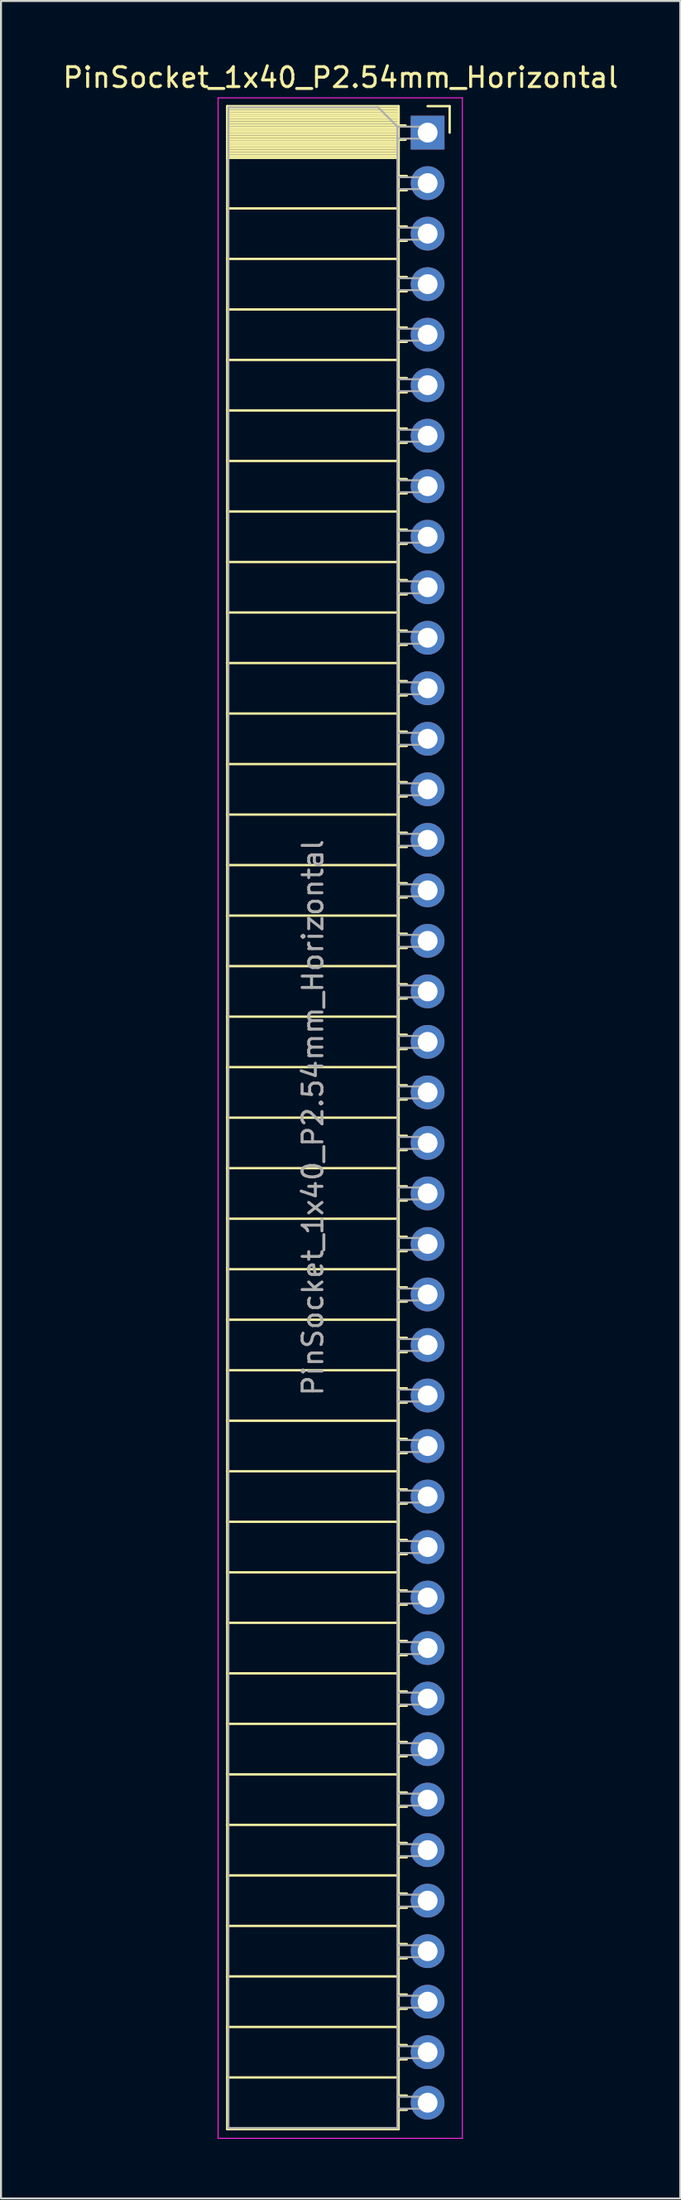
<source format=kicad_pcb>
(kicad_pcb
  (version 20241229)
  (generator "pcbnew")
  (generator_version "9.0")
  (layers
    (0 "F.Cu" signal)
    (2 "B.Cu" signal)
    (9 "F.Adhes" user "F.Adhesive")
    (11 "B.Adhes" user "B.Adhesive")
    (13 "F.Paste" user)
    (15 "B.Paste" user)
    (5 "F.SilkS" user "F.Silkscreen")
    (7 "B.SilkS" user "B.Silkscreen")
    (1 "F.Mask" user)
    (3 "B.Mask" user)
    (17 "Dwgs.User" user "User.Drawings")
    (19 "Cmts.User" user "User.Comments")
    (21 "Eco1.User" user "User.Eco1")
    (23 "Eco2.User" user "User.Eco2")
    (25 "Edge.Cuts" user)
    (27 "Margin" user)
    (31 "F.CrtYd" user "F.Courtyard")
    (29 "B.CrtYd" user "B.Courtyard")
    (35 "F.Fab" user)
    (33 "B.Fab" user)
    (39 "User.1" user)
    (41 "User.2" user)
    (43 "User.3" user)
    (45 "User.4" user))
  (footprint "PinSocket_1x40_P2.54mm_Horizontal"
    (layer "F.Cu")
    (at 18.481 3.618)
    (property "Reference" "PinSocket_1x40_P2.54mm_Horizontal" (at -4.38 -2.77 0) (layer "F.SilkS") (effects (font (size 1 1) (thickness 0.15))))
    (attr through_hole)
    (fp_line (start -10.09 -1.33) (end -10.09 100.39) (stroke (width 0.12) (type solid)) (layer "F.SilkS"))
    (fp_line (start -10.09 -1.33) (end -1.46 -1.33) (stroke (width 0.12) (type solid)) (layer "F.SilkS"))
    (fp_line (start -10.09 -1.21) (end -1.46 -1.21) (stroke (width 0.12) (type solid)) (layer "F.SilkS"))
    (fp_line (start -10.09 -1.092) (end -1.46 -1.092) (stroke (width 0.12) (type solid)) (layer "F.SilkS"))
    (fp_line (start -10.09 -0.974) (end -1.46 -0.974) (stroke (width 0.12) (type solid)) (layer "F.SilkS"))
    (fp_line (start -10.09 -0.856) (end -1.46 -0.856) (stroke (width 0.12) (type solid)) (layer "F.SilkS"))
    (fp_line (start -10.09 -0.738) (end -1.46 -0.738) (stroke (width 0.12) (type solid)) (layer "F.SilkS"))
    (fp_line (start -10.09 -0.62) (end -1.46 -0.62) (stroke (width 0.12) (type solid)) (layer "F.SilkS"))
    (fp_line (start -10.09 -0.501) (end -1.46 -0.501) (stroke (width 0.12) (type solid)) (layer "F.SilkS"))
    (fp_line (start -10.09 -0.383) (end -1.46 -0.383) (stroke (width 0.12) (type solid)) (layer "F.SilkS"))
    (fp_line (start -10.09 -0.265) (end -1.46 -0.265) (stroke (width 0.12) (type solid)) (layer "F.SilkS"))
    (fp_line (start -10.09 -0.147) (end -1.46 -0.147) (stroke (width 0.12) (type solid)) (layer "F.SilkS"))
    (fp_line (start -10.09 -0.029) (end -1.46 -0.029) (stroke (width 0.12) (type solid)) (layer "F.SilkS"))
    (fp_line (start -10.09 0.089) (end -1.46 0.089) (stroke (width 0.12) (type solid)) (layer "F.SilkS"))
    (fp_line (start -10.09 0.207) (end -1.46 0.207) (stroke (width 0.12) (type solid)) (layer "F.SilkS"))
    (fp_line (start -10.09 0.325) (end -1.46 0.325) (stroke (width 0.12) (type solid)) (layer "F.SilkS"))
    (fp_line (start -10.09 0.443) (end -1.46 0.443) (stroke (width 0.12) (type solid)) (layer "F.SilkS"))
    (fp_line (start -10.09 0.561) (end -1.46 0.561) (stroke (width 0.12) (type solid)) (layer "F.SilkS"))
    (fp_line (start -10.09 0.68) (end -1.46 0.68) (stroke (width 0.12) (type solid)) (layer "F.SilkS"))
    (fp_line (start -10.09 0.798) (end -1.46 0.798) (stroke (width 0.12) (type solid)) (layer "F.SilkS"))
    (fp_line (start -10.09 0.916) (end -1.46 0.916) (stroke (width 0.12) (type solid)) (layer "F.SilkS"))
    (fp_line (start -10.09 1.034) (end -1.46 1.034) (stroke (width 0.12) (type solid)) (layer "F.SilkS"))
    (fp_line (start -10.09 1.152) (end -1.46 1.152) (stroke (width 0.12) (type solid)) (layer "F.SilkS"))
    (fp_line (start -10.09 1.27) (end -1.46 1.27) (stroke (width 0.12) (type solid)) (layer "F.SilkS"))
    (fp_line (start -10.09 3.81) (end -1.46 3.81) (stroke (width 0.12) (type solid)) (layer "F.SilkS"))
    (fp_line (start -10.09 6.35) (end -1.46 6.35) (stroke (width 0.12) (type solid)) (layer "F.SilkS"))
    (fp_line (start -10.09 8.89) (end -1.46 8.89) (stroke (width 0.12) (type solid)) (layer "F.SilkS"))
    (fp_line (start -10.09 11.43) (end -1.46 11.43) (stroke (width 0.12) (type solid)) (layer "F.SilkS"))
    (fp_line (start -10.09 13.97) (end -1.46 13.97) (stroke (width 0.12) (type solid)) (layer "F.SilkS"))
    (fp_line (start -10.09 16.51) (end -1.46 16.51) (stroke (width 0.12) (type solid)) (layer "F.SilkS"))
    (fp_line (start -10.09 19.05) (end -1.46 19.05) (stroke (width 0.12) (type solid)) (layer "F.SilkS"))
    (fp_line (start -10.09 21.59) (end -1.46 21.59) (stroke (width 0.12) (type solid)) (layer "F.SilkS"))
    (fp_line (start -10.09 24.13) (end -1.46 24.13) (stroke (width 0.12) (type solid)) (layer "F.SilkS"))
    (fp_line (start -10.09 26.67) (end -1.46 26.67) (stroke (width 0.12) (type solid)) (layer "F.SilkS"))
    (fp_line (start -10.09 29.21) (end -1.46 29.21) (stroke (width 0.12) (type solid)) (layer "F.SilkS"))
    (fp_line (start -10.09 31.75) (end -1.46 31.75) (stroke (width 0.12) (type solid)) (layer "F.SilkS"))
    (fp_line (start -10.09 34.29) (end -1.46 34.29) (stroke (width 0.12) (type solid)) (layer "F.SilkS"))
    (fp_line (start -10.09 36.83) (end -1.46 36.83) (stroke (width 0.12) (type solid)) (layer "F.SilkS"))
    (fp_line (start -10.09 39.37) (end -1.46 39.37) (stroke (width 0.12) (type solid)) (layer "F.SilkS"))
    (fp_line (start -10.09 41.91) (end -1.46 41.91) (stroke (width 0.12) (type solid)) (layer "F.SilkS"))
    (fp_line (start -10.09 44.45) (end -1.46 44.45) (stroke (width 0.12) (type solid)) (layer "F.SilkS"))
    (fp_line (start -10.09 46.99) (end -1.46 46.99) (stroke (width 0.12) (type solid)) (layer "F.SilkS"))
    (fp_line (start -10.09 49.53) (end -1.46 49.53) (stroke (width 0.12) (type solid)) (layer "F.SilkS"))
    (fp_line (start -10.09 52.07) (end -1.46 52.07) (stroke (width 0.12) (type solid)) (layer "F.SilkS"))
    (fp_line (start -10.09 54.61) (end -1.46 54.61) (stroke (width 0.12) (type solid)) (layer "F.SilkS"))
    (fp_line (start -10.09 57.15) (end -1.46 57.15) (stroke (width 0.12) (type solid)) (layer "F.SilkS"))
    (fp_line (start -10.09 59.69) (end -1.46 59.69) (stroke (width 0.12) (type solid)) (layer "F.SilkS"))
    (fp_line (start -10.09 62.23) (end -1.46 62.23) (stroke (width 0.12) (type solid)) (layer "F.SilkS"))
    (fp_line (start -10.09 64.77) (end -1.46 64.77) (stroke (width 0.12) (type solid)) (layer "F.SilkS"))
    (fp_line (start -10.09 67.31) (end -1.46 67.31) (stroke (width 0.12) (type solid)) (layer "F.SilkS"))
    (fp_line (start -10.09 69.85) (end -1.46 69.85) (stroke (width 0.12) (type solid)) (layer "F.SilkS"))
    (fp_line (start -10.09 72.39) (end -1.46 72.39) (stroke (width 0.12) (type solid)) (layer "F.SilkS"))
    (fp_line (start -10.09 74.93) (end -1.46 74.93) (stroke (width 0.12) (type solid)) (layer "F.SilkS"))
    (fp_line (start -10.09 77.47) (end -1.46 77.47) (stroke (width 0.12) (type solid)) (layer "F.SilkS"))
    (fp_line (start -10.09 80.01) (end -1.46 80.01) (stroke (width 0.12) (type solid)) (layer "F.SilkS"))
    (fp_line (start -10.09 82.55) (end -1.46 82.55) (stroke (width 0.12) (type solid)) (layer "F.SilkS"))
    (fp_line (start -10.09 85.09) (end -1.46 85.09) (stroke (width 0.12) (type solid)) (layer "F.SilkS"))
    (fp_line (start -10.09 87.63) (end -1.46 87.63) (stroke (width 0.12) (type solid)) (layer "F.SilkS"))
    (fp_line (start -10.09 90.17) (end -1.46 90.17) (stroke (width 0.12) (type solid)) (layer "F.SilkS"))
    (fp_line (start -10.09 92.71) (end -1.46 92.71) (stroke (width 0.12) (type solid)) (layer "F.SilkS"))
    (fp_line (start -10.09 95.25) (end -1.46 95.25) (stroke (width 0.12) (type solid)) (layer "F.SilkS"))
    (fp_line (start -10.09 97.79) (end -1.46 97.79) (stroke (width 0.12) (type solid)) (layer "F.SilkS"))
    (fp_line (start -10.09 100.39) (end -1.46 100.39) (stroke (width 0.12) (type solid)) (layer "F.SilkS"))
    (fp_line (start -1.46 -1.33) (end -1.46 100.39) (stroke (width 0.12) (type solid)) (layer "F.SilkS"))
    (fp_line (start -1.46 -0.36) (end -1.11 -0.36) (stroke (width 0.12) (type solid)) (layer "F.SilkS"))
    (fp_line (start -1.46 0.36) (end -1.11 0.36) (stroke (width 0.12) (type solid)) (layer "F.SilkS"))
    (fp_line (start -1.46 2.18) (end -1.05 2.18) (stroke (width 0.12) (type solid)) (layer "F.SilkS"))
    (fp_line (start -1.46 2.9) (end -1.05 2.9) (stroke (width 0.12) (type solid)) (layer "F.SilkS"))
    (fp_line (start -1.46 4.72) (end -1.05 4.72) (stroke (width 0.12) (type solid)) (layer "F.SilkS"))
    (fp_line (start -1.46 5.44) (end -1.05 5.44) (stroke (width 0.12) (type solid)) (layer "F.SilkS"))
    (fp_line (start -1.46 7.26) (end -1.05 7.26) (stroke (width 0.12) (type solid)) (layer "F.SilkS"))
    (fp_line (start -1.46 7.98) (end -1.05 7.98) (stroke (width 0.12) (type solid)) (layer "F.SilkS"))
    (fp_line (start -1.46 9.8) (end -1.05 9.8) (stroke (width 0.12) (type solid)) (layer "F.SilkS"))
    (fp_line (start -1.46 10.52) (end -1.05 10.52) (stroke (width 0.12) (type solid)) (layer "F.SilkS"))
    (fp_line (start -1.46 12.34) (end -1.05 12.34) (stroke (width 0.12) (type solid)) (layer "F.SilkS"))
    (fp_line (start -1.46 13.06) (end -1.05 13.06) (stroke (width 0.12) (type solid)) (layer "F.SilkS"))
    (fp_line (start -1.46 14.88) (end -1.05 14.88) (stroke (width 0.12) (type solid)) (layer "F.SilkS"))
    (fp_line (start -1.46 15.6) (end -1.05 15.6) (stroke (width 0.12) (type solid)) (layer "F.SilkS"))
    (fp_line (start -1.46 17.42) (end -1.05 17.42) (stroke (width 0.12) (type solid)) (layer "F.SilkS"))
    (fp_line (start -1.46 18.14) (end -1.05 18.14) (stroke (width 0.12) (type solid)) (layer "F.SilkS"))
    (fp_line (start -1.46 19.96) (end -1.05 19.96) (stroke (width 0.12) (type solid)) (layer "F.SilkS"))
    (fp_line (start -1.46 20.68) (end -1.05 20.68) (stroke (width 0.12) (type solid)) (layer "F.SilkS"))
    (fp_line (start -1.46 22.5) (end -1.05 22.5) (stroke (width 0.12) (type solid)) (layer "F.SilkS"))
    (fp_line (start -1.46 23.22) (end -1.05 23.22) (stroke (width 0.12) (type solid)) (layer "F.SilkS"))
    (fp_line (start -1.46 25.04) (end -1.05 25.04) (stroke (width 0.12) (type solid)) (layer "F.SilkS"))
    (fp_line (start -1.46 25.76) (end -1.05 25.76) (stroke (width 0.12) (type solid)) (layer "F.SilkS"))
    (fp_line (start -1.46 27.58) (end -1.05 27.58) (stroke (width 0.12) (type solid)) (layer "F.SilkS"))
    (fp_line (start -1.46 28.3) (end -1.05 28.3) (stroke (width 0.12) (type solid)) (layer "F.SilkS"))
    (fp_line (start -1.46 30.12) (end -1.05 30.12) (stroke (width 0.12) (type solid)) (layer "F.SilkS"))
    (fp_line (start -1.46 30.84) (end -1.05 30.84) (stroke (width 0.12) (type solid)) (layer "F.SilkS"))
    (fp_line (start -1.46 32.66) (end -1.05 32.66) (stroke (width 0.12) (type solid)) (layer "F.SilkS"))
    (fp_line (start -1.46 33.38) (end -1.05 33.38) (stroke (width 0.12) (type solid)) (layer "F.SilkS"))
    (fp_line (start -1.46 35.2) (end -1.05 35.2) (stroke (width 0.12) (type solid)) (layer "F.SilkS"))
    (fp_line (start -1.46 35.92) (end -1.05 35.92) (stroke (width 0.12) (type solid)) (layer "F.SilkS"))
    (fp_line (start -1.46 37.74) (end -1.05 37.74) (stroke (width 0.12) (type solid)) (layer "F.SilkS"))
    (fp_line (start -1.46 38.46) (end -1.05 38.46) (stroke (width 0.12) (type solid)) (layer "F.SilkS"))
    (fp_line (start -1.46 40.28) (end -1.05 40.28) (stroke (width 0.12) (type solid)) (layer "F.SilkS"))
    (fp_line (start -1.46 41) (end -1.05 41) (stroke (width 0.12) (type solid)) (layer "F.SilkS"))
    (fp_line (start -1.46 42.82) (end -1.05 42.82) (stroke (width 0.12) (type solid)) (layer "F.SilkS"))
    (fp_line (start -1.46 43.54) (end -1.05 43.54) (stroke (width 0.12) (type solid)) (layer "F.SilkS"))
    (fp_line (start -1.46 45.36) (end -1.05 45.36) (stroke (width 0.12) (type solid)) (layer "F.SilkS"))
    (fp_line (start -1.46 46.08) (end -1.05 46.08) (stroke (width 0.12) (type solid)) (layer "F.SilkS"))
    (fp_line (start -1.46 47.9) (end -1.05 47.9) (stroke (width 0.12) (type solid)) (layer "F.SilkS"))
    (fp_line (start -1.46 48.62) (end -1.05 48.62) (stroke (width 0.12) (type solid)) (layer "F.SilkS"))
    (fp_line (start -1.46 50.44) (end -1.05 50.44) (stroke (width 0.12) (type solid)) (layer "F.SilkS"))
    (fp_line (start -1.46 51.16) (end -1.05 51.16) (stroke (width 0.12) (type solid)) (layer "F.SilkS"))
    (fp_line (start -1.46 52.98) (end -1.05 52.98) (stroke (width 0.12) (type solid)) (layer "F.SilkS"))
    (fp_line (start -1.46 53.7) (end -1.05 53.7) (stroke (width 0.12) (type solid)) (layer "F.SilkS"))
    (fp_line (start -1.46 55.52) (end -1.05 55.52) (stroke (width 0.12) (type solid)) (layer "F.SilkS"))
    (fp_line (start -1.46 56.24) (end -1.05 56.24) (stroke (width 0.12) (type solid)) (layer "F.SilkS"))
    (fp_line (start -1.46 58.06) (end -1.05 58.06) (stroke (width 0.12) (type solid)) (layer "F.SilkS"))
    (fp_line (start -1.46 58.78) (end -1.05 58.78) (stroke (width 0.12) (type solid)) (layer "F.SilkS"))
    (fp_line (start -1.46 60.6) (end -1.05 60.6) (stroke (width 0.12) (type solid)) (layer "F.SilkS"))
    (fp_line (start -1.46 61.32) (end -1.05 61.32) (stroke (width 0.12) (type solid)) (layer "F.SilkS"))
    (fp_line (start -1.46 63.14) (end -1.05 63.14) (stroke (width 0.12) (type solid)) (layer "F.SilkS"))
    (fp_line (start -1.46 63.86) (end -1.05 63.86) (stroke (width 0.12) (type solid)) (layer "F.SilkS"))
    (fp_line (start -1.46 65.68) (end -1.05 65.68) (stroke (width 0.12) (type solid)) (layer "F.SilkS"))
    (fp_line (start -1.46 66.4) (end -1.05 66.4) (stroke (width 0.12) (type solid)) (layer "F.SilkS"))
    (fp_line (start -1.46 68.22) (end -1.05 68.22) (stroke (width 0.12) (type solid)) (layer "F.SilkS"))
    (fp_line (start -1.46 68.94) (end -1.05 68.94) (stroke (width 0.12) (type solid)) (layer "F.SilkS"))
    (fp_line (start -1.46 70.76) (end -1.05 70.76) (stroke (width 0.12) (type solid)) (layer "F.SilkS"))
    (fp_line (start -1.46 71.48) (end -1.05 71.48) (stroke (width 0.12) (type solid)) (layer "F.SilkS"))
    (fp_line (start -1.46 73.3) (end -1.05 73.3) (stroke (width 0.12) (type solid)) (layer "F.SilkS"))
    (fp_line (start -1.46 74.02) (end -1.05 74.02) (stroke (width 0.12) (type solid)) (layer "F.SilkS"))
    (fp_line (start -1.46 75.84) (end -1.05 75.84) (stroke (width 0.12) (type solid)) (layer "F.SilkS"))
    (fp_line (start -1.46 76.56) (end -1.05 76.56) (stroke (width 0.12) (type solid)) (layer "F.SilkS"))
    (fp_line (start -1.46 78.38) (end -1.05 78.38) (stroke (width 0.12) (type solid)) (layer "F.SilkS"))
    (fp_line (start -1.46 79.1) (end -1.05 79.1) (stroke (width 0.12) (type solid)) (layer "F.SilkS"))
    (fp_line (start -1.46 80.92) (end -1.05 80.92) (stroke (width 0.12) (type solid)) (layer "F.SilkS"))
    (fp_line (start -1.46 81.64) (end -1.05 81.64) (stroke (width 0.12) (type solid)) (layer "F.SilkS"))
    (fp_line (start -1.46 83.46) (end -1.05 83.46) (stroke (width 0.12) (type solid)) (layer "F.SilkS"))
    (fp_line (start -1.46 84.18) (end -1.05 84.18) (stroke (width 0.12) (type solid)) (layer "F.SilkS"))
    (fp_line (start -1.46 86) (end -1.05 86) (stroke (width 0.12) (type solid)) (layer "F.SilkS"))
    (fp_line (start -1.46 86.72) (end -1.05 86.72) (stroke (width 0.12) (type solid)) (layer "F.SilkS"))
    (fp_line (start -1.46 88.54) (end -1.05 88.54) (stroke (width 0.12) (type solid)) (layer "F.SilkS"))
    (fp_line (start -1.46 89.26) (end -1.05 89.26) (stroke (width 0.12) (type solid)) (layer "F.SilkS"))
    (fp_line (start -1.46 91.08) (end -1.05 91.08) (stroke (width 0.12) (type solid)) (layer "F.SilkS"))
    (fp_line (start -1.46 91.8) (end -1.05 91.8) (stroke (width 0.12) (type solid)) (layer "F.SilkS"))
    (fp_line (start -1.46 93.62) (end -1.05 93.62) (stroke (width 0.12) (type solid)) (layer "F.SilkS"))
    (fp_line (start -1.46 94.34) (end -1.05 94.34) (stroke (width 0.12) (type solid)) (layer "F.SilkS"))
    (fp_line (start -1.46 96.16) (end -1.05 96.16) (stroke (width 0.12) (type solid)) (layer "F.SilkS"))
    (fp_line (start -1.46 96.88) (end -1.05 96.88) (stroke (width 0.12) (type solid)) (layer "F.SilkS"))
    (fp_line (start -1.46 98.7) (end -1.05 98.7) (stroke (width 0.12) (type solid)) (layer "F.SilkS"))
    (fp_line (start -1.46 99.42) (end -1.05 99.42) (stroke (width 0.12) (type solid)) (layer "F.SilkS"))
    (fp_line (start 0 -1.33) (end 1.11 -1.33) (stroke (width 0.12) (type solid)) (layer "F.SilkS"))
    (fp_line (start 1.11 -1.33) (end 1.11 0) (stroke (width 0.12) (type solid)) (layer "F.SilkS"))
    (fp_line (start -10.55 -1.75) (end -10.55 100.85) (stroke (width 0.05) (type solid)) (layer "F.CrtYd"))
    (fp_line (start -10.55 100.85) (end 1.75 100.85) (stroke (width 0.05) (type solid)) (layer "F.CrtYd"))
    (fp_line (start 1.75 -1.75) (end -10.55 -1.75) (stroke (width 0.05) (type solid)) (layer "F.CrtYd"))
    (fp_line (start 1.75 100.85) (end 1.75 -1.75) (stroke (width 0.05) (type solid)) (layer "F.CrtYd"))
    (fp_line (start -10.03 -1.27) (end -2.49 -1.27) (stroke (width 0.1) (type solid)) (layer "F.Fab"))
    (fp_line (start -10.03 100.33) (end -10.03 -1.27) (stroke (width 0.1) (type solid)) (layer "F.Fab"))
    (fp_line (start -2.49 -1.27) (end -1.52 -0.3) (stroke (width 0.1) (type solid)) (layer "F.Fab"))
    (fp_line (start -1.52 -0.3) (end -1.52 100.33) (stroke (width 0.1) (type solid)) (layer "F.Fab"))
    (fp_line (start -1.52 0.3) (end 0 0.3) (stroke (width 0.1) (type solid)) (layer "F.Fab"))
    (fp_line (start -1.52 2.84) (end 0 2.84) (stroke (width 0.1) (type solid)) (layer "F.Fab"))
    (fp_line (start -1.52 5.38) (end 0 5.38) (stroke (width 0.1) (type solid)) (layer "F.Fab"))
    (fp_line (start -1.52 7.92) (end 0 7.92) (stroke (width 0.1) (type solid)) (layer "F.Fab"))
    (fp_line (start -1.52 10.46) (end 0 10.46) (stroke (width 0.1) (type solid)) (layer "F.Fab"))
    (fp_line (start -1.52 13) (end 0 13) (stroke (width 0.1) (type solid)) (layer "F.Fab"))
    (fp_line (start -1.52 15.54) (end 0 15.54) (stroke (width 0.1) (type solid)) (layer "F.Fab"))
    (fp_line (start -1.52 18.08) (end 0 18.08) (stroke (width 0.1) (type solid)) (layer "F.Fab"))
    (fp_line (start -1.52 20.62) (end 0 20.62) (stroke (width 0.1) (type solid)) (layer "F.Fab"))
    (fp_line (start -1.52 23.16) (end 0 23.16) (stroke (width 0.1) (type solid)) (layer "F.Fab"))
    (fp_line (start -1.52 25.7) (end 0 25.7) (stroke (width 0.1) (type solid)) (layer "F.Fab"))
    (fp_line (start -1.52 28.24) (end 0 28.24) (stroke (width 0.1) (type solid)) (layer "F.Fab"))
    (fp_line (start -1.52 30.78) (end 0 30.78) (stroke (width 0.1) (type solid)) (layer "F.Fab"))
    (fp_line (start -1.52 33.32) (end 0 33.32) (stroke (width 0.1) (type solid)) (layer "F.Fab"))
    (fp_line (start -1.52 35.86) (end 0 35.86) (stroke (width 0.1) (type solid)) (layer "F.Fab"))
    (fp_line (start -1.52 38.4) (end 0 38.4) (stroke (width 0.1) (type solid)) (layer "F.Fab"))
    (fp_line (start -1.52 40.94) (end 0 40.94) (stroke (width 0.1) (type solid)) (layer "F.Fab"))
    (fp_line (start -1.52 43.48) (end 0 43.48) (stroke (width 0.1) (type solid)) (layer "F.Fab"))
    (fp_line (start -1.52 46.02) (end 0 46.02) (stroke (width 0.1) (type solid)) (layer "F.Fab"))
    (fp_line (start -1.52 48.56) (end 0 48.56) (stroke (width 0.1) (type solid)) (layer "F.Fab"))
    (fp_line (start -1.52 51.1) (end 0 51.1) (stroke (width 0.1) (type solid)) (layer "F.Fab"))
    (fp_line (start -1.52 53.64) (end 0 53.64) (stroke (width 0.1) (type solid)) (layer "F.Fab"))
    (fp_line (start -1.52 56.18) (end 0 56.18) (stroke (width 0.1) (type solid)) (layer "F.Fab"))
    (fp_line (start -1.52 58.72) (end 0 58.72) (stroke (width 0.1) (type solid)) (layer "F.Fab"))
    (fp_line (start -1.52 61.26) (end 0 61.26) (stroke (width 0.1) (type solid)) (layer "F.Fab"))
    (fp_line (start -1.52 63.8) (end 0 63.8) (stroke (width 0.1) (type solid)) (layer "F.Fab"))
    (fp_line (start -1.52 66.34) (end 0 66.34) (stroke (width 0.1) (type solid)) (layer "F.Fab"))
    (fp_line (start -1.52 68.88) (end 0 68.88) (stroke (width 0.1) (type solid)) (layer "F.Fab"))
    (fp_line (start -1.52 71.42) (end 0 71.42) (stroke (width 0.1) (type solid)) (layer "F.Fab"))
    (fp_line (start -1.52 73.96) (end 0 73.96) (stroke (width 0.1) (type solid)) (layer "F.Fab"))
    (fp_line (start -1.52 76.5) (end 0 76.5) (stroke (width 0.1) (type solid)) (layer "F.Fab"))
    (fp_line (start -1.52 79.04) (end 0 79.04) (stroke (width 0.1) (type solid)) (layer "F.Fab"))
    (fp_line (start -1.52 81.58) (end 0 81.58) (stroke (width 0.1) (type solid)) (layer "F.Fab"))
    (fp_line (start -1.52 84.12) (end 0 84.12) (stroke (width 0.1) (type solid)) (layer "F.Fab"))
    (fp_line (start -1.52 86.66) (end 0 86.66) (stroke (width 0.1) (type solid)) (layer "F.Fab"))
    (fp_line (start -1.52 89.2) (end 0 89.2) (stroke (width 0.1) (type solid)) (layer "F.Fab"))
    (fp_line (start -1.52 91.74) (end 0 91.74) (stroke (width 0.1) (type solid)) (layer "F.Fab"))
    (fp_line (start -1.52 94.28) (end 0 94.28) (stroke (width 0.1) (type solid)) (layer "F.Fab"))
    (fp_line (start -1.52 96.82) (end 0 96.82) (stroke (width 0.1) (type solid)) (layer "F.Fab"))
    (fp_line (start -1.52 99.36) (end 0 99.36) (stroke (width 0.1) (type solid)) (layer "F.Fab"))
    (fp_line (start -1.52 100.33) (end -10.03 100.33) (stroke (width 0.1) (type solid)) (layer "F.Fab"))
    (fp_line (start 0 -0.3) (end -1.52 -0.3) (stroke (width 0.1) (type solid)) (layer "F.Fab"))
    (fp_line (start 0 0.3) (end 0 -0.3) (stroke (width 0.1) (type solid)) (layer "F.Fab"))
    (fp_line (start 0 2.24) (end -1.52 2.24) (stroke (width 0.1) (type solid)) (layer "F.Fab"))
    (fp_line (start 0 2.84) (end 0 2.24) (stroke (width 0.1) (type solid)) (layer "F.Fab"))
    (fp_line (start 0 4.78) (end -1.52 4.78) (stroke (width 0.1) (type solid)) (layer "F.Fab"))
    (fp_line (start 0 5.38) (end 0 4.78) (stroke (width 0.1) (type solid)) (layer "F.Fab"))
    (fp_line (start 0 7.32) (end -1.52 7.32) (stroke (width 0.1) (type solid)) (layer "F.Fab"))
    (fp_line (start 0 7.92) (end 0 7.32) (stroke (width 0.1) (type solid)) (layer "F.Fab"))
    (fp_line (start 0 9.86) (end -1.52 9.86) (stroke (width 0.1) (type solid)) (layer "F.Fab"))
    (fp_line (start 0 10.46) (end 0 9.86) (stroke (width 0.1) (type solid)) (layer "F.Fab"))
    (fp_line (start 0 12.4) (end -1.52 12.4) (stroke (width 0.1) (type solid)) (layer "F.Fab"))
    (fp_line (start 0 13) (end 0 12.4) (stroke (width 0.1) (type solid)) (layer "F.Fab"))
    (fp_line (start 0 14.94) (end -1.52 14.94) (stroke (width 0.1) (type solid)) (layer "F.Fab"))
    (fp_line (start 0 15.54) (end 0 14.94) (stroke (width 0.1) (type solid)) (layer "F.Fab"))
    (fp_line (start 0 17.48) (end -1.52 17.48) (stroke (width 0.1) (type solid)) (layer "F.Fab"))
    (fp_line (start 0 18.08) (end 0 17.48) (stroke (width 0.1) (type solid)) (layer "F.Fab"))
    (fp_line (start 0 20.02) (end -1.52 20.02) (stroke (width 0.1) (type solid)) (layer "F.Fab"))
    (fp_line (start 0 20.62) (end 0 20.02) (stroke (width 0.1) (type solid)) (layer "F.Fab"))
    (fp_line (start 0 22.56) (end -1.52 22.56) (stroke (width 0.1) (type solid)) (layer "F.Fab"))
    (fp_line (start 0 23.16) (end 0 22.56) (stroke (width 0.1) (type solid)) (layer "F.Fab"))
    (fp_line (start 0 25.1) (end -1.52 25.1) (stroke (width 0.1) (type solid)) (layer "F.Fab"))
    (fp_line (start 0 25.7) (end 0 25.1) (stroke (width 0.1) (type solid)) (layer "F.Fab"))
    (fp_line (start 0 27.64) (end -1.52 27.64) (stroke (width 0.1) (type solid)) (layer "F.Fab"))
    (fp_line (start 0 28.24) (end 0 27.64) (stroke (width 0.1) (type solid)) (layer "F.Fab"))
    (fp_line (start 0 30.18) (end -1.52 30.18) (stroke (width 0.1) (type solid)) (layer "F.Fab"))
    (fp_line (start 0 30.78) (end 0 30.18) (stroke (width 0.1) (type solid)) (layer "F.Fab"))
    (fp_line (start 0 32.72) (end -1.52 32.72) (stroke (width 0.1) (type solid)) (layer "F.Fab"))
    (fp_line (start 0 33.32) (end 0 32.72) (stroke (width 0.1) (type solid)) (layer "F.Fab"))
    (fp_line (start 0 35.26) (end -1.52 35.26) (stroke (width 0.1) (type solid)) (layer "F.Fab"))
    (fp_line (start 0 35.86) (end 0 35.26) (stroke (width 0.1) (type solid)) (layer "F.Fab"))
    (fp_line (start 0 37.8) (end -1.52 37.8) (stroke (width 0.1) (type solid)) (layer "F.Fab"))
    (fp_line (start 0 38.4) (end 0 37.8) (stroke (width 0.1) (type solid)) (layer "F.Fab"))
    (fp_line (start 0 40.34) (end -1.52 40.34) (stroke (width 0.1) (type solid)) (layer "F.Fab"))
    (fp_line (start 0 40.94) (end 0 40.34) (stroke (width 0.1) (type solid)) (layer "F.Fab"))
    (fp_line (start 0 42.88) (end -1.52 42.88) (stroke (width 0.1) (type solid)) (layer "F.Fab"))
    (fp_line (start 0 43.48) (end 0 42.88) (stroke (width 0.1) (type solid)) (layer "F.Fab"))
    (fp_line (start 0 45.42) (end -1.52 45.42) (stroke (width 0.1) (type solid)) (layer "F.Fab"))
    (fp_line (start 0 46.02) (end 0 45.42) (stroke (width 0.1) (type solid)) (layer "F.Fab"))
    (fp_line (start 0 47.96) (end -1.52 47.96) (stroke (width 0.1) (type solid)) (layer "F.Fab"))
    (fp_line (start 0 48.56) (end 0 47.96) (stroke (width 0.1) (type solid)) (layer "F.Fab"))
    (fp_line (start 0 50.5) (end -1.52 50.5) (stroke (width 0.1) (type solid)) (layer "F.Fab"))
    (fp_line (start 0 51.1) (end 0 50.5) (stroke (width 0.1) (type solid)) (layer "F.Fab"))
    (fp_line (start 0 53.04) (end -1.52 53.04) (stroke (width 0.1) (type solid)) (layer "F.Fab"))
    (fp_line (start 0 53.64) (end 0 53.04) (stroke (width 0.1) (type solid)) (layer "F.Fab"))
    (fp_line (start 0 55.58) (end -1.52 55.58) (stroke (width 0.1) (type solid)) (layer "F.Fab"))
    (fp_line (start 0 56.18) (end 0 55.58) (stroke (width 0.1) (type solid)) (layer "F.Fab"))
    (fp_line (start 0 58.12) (end -1.52 58.12) (stroke (width 0.1) (type solid)) (layer "F.Fab"))
    (fp_line (start 0 58.72) (end 0 58.12) (stroke (width 0.1) (type solid)) (layer "F.Fab"))
    (fp_line (start 0 60.66) (end -1.52 60.66) (stroke (width 0.1) (type solid)) (layer "F.Fab"))
    (fp_line (start 0 61.26) (end 0 60.66) (stroke (width 0.1) (type solid)) (layer "F.Fab"))
    (fp_line (start 0 63.2) (end -1.52 63.2) (stroke (width 0.1) (type solid)) (layer "F.Fab"))
    (fp_line (start 0 63.8) (end 0 63.2) (stroke (width 0.1) (type solid)) (layer "F.Fab"))
    (fp_line (start 0 65.74) (end -1.52 65.74) (stroke (width 0.1) (type solid)) (layer "F.Fab"))
    (fp_line (start 0 66.34) (end 0 65.74) (stroke (width 0.1) (type solid)) (layer "F.Fab"))
    (fp_line (start 0 68.28) (end -1.52 68.28) (stroke (width 0.1) (type solid)) (layer "F.Fab"))
    (fp_line (start 0 68.88) (end 0 68.28) (stroke (width 0.1) (type solid)) (layer "F.Fab"))
    (fp_line (start 0 70.82) (end -1.52 70.82) (stroke (width 0.1) (type solid)) (layer "F.Fab"))
    (fp_line (start 0 71.42) (end 0 70.82) (stroke (width 0.1) (type solid)) (layer "F.Fab"))
    (fp_line (start 0 73.36) (end -1.52 73.36) (stroke (width 0.1) (type solid)) (layer "F.Fab"))
    (fp_line (start 0 73.96) (end 0 73.36) (stroke (width 0.1) (type solid)) (layer "F.Fab"))
    (fp_line (start 0 75.9) (end -1.52 75.9) (stroke (width 0.1) (type solid)) (layer "F.Fab"))
    (fp_line (start 0 76.5) (end 0 75.9) (stroke (width 0.1) (type solid)) (layer "F.Fab"))
    (fp_line (start 0 78.44) (end -1.52 78.44) (stroke (width 0.1) (type solid)) (layer "F.Fab"))
    (fp_line (start 0 79.04) (end 0 78.44) (stroke (width 0.1) (type solid)) (layer "F.Fab"))
    (fp_line (start 0 80.98) (end -1.52 80.98) (stroke (width 0.1) (type solid)) (layer "F.Fab"))
    (fp_line (start 0 81.58) (end 0 80.98) (stroke (width 0.1) (type solid)) (layer "F.Fab"))
    (fp_line (start 0 83.52) (end -1.52 83.52) (stroke (width 0.1) (type solid)) (layer "F.Fab"))
    (fp_line (start 0 84.12) (end 0 83.52) (stroke (width 0.1) (type solid)) (layer "F.Fab"))
    (fp_line (start 0 86.06) (end -1.52 86.06) (stroke (width 0.1) (type solid)) (layer "F.Fab"))
    (fp_line (start 0 86.66) (end 0 86.06) (stroke (width 0.1) (type solid)) (layer "F.Fab"))
    (fp_line (start 0 88.6) (end -1.52 88.6) (stroke (width 0.1) (type solid)) (layer "F.Fab"))
    (fp_line (start 0 89.2) (end 0 88.6) (stroke (width 0.1) (type solid)) (layer "F.Fab"))
    (fp_line (start 0 91.14) (end -1.52 91.14) (stroke (width 0.1) (type solid)) (layer "F.Fab"))
    (fp_line (start 0 91.74) (end 0 91.14) (stroke (width 0.1) (type solid)) (layer "F.Fab"))
    (fp_line (start 0 93.68) (end -1.52 93.68) (stroke (width 0.1) (type solid)) (layer "F.Fab"))
    (fp_line (start 0 94.28) (end 0 93.68) (stroke (width 0.1) (type solid)) (layer "F.Fab"))
    (fp_line (start 0 96.22) (end -1.52 96.22) (stroke (width 0.1) (type solid)) (layer "F.Fab"))
    (fp_line (start 0 96.82) (end 0 96.22) (stroke (width 0.1) (type solid)) (layer "F.Fab"))
    (fp_line (start 0 98.76) (end -1.52 98.76) (stroke (width 0.1) (type solid)) (layer "F.Fab"))
    (fp_line (start 0 99.36) (end 0 98.76) (stroke (width 0.1) (type solid)) (layer "F.Fab"))
    (fp_text user "${REFERENCE}" (at -5.775 49.53 90) (layer "F.Fab") (effects (font (size 1 1) (thickness 0.15))))
    (pad "1" thru_hole rect (at 0 0) (size 1.7 1.7) (drill 1) (layers "*.Cu" "*.Mask"))
    (pad "2" thru_hole circle (at 0 2.54) (size 1.7 1.7) (drill 1) (layers "*.Cu" "*.Mask"))
    (pad "3" thru_hole circle (at 0 5.08) (size 1.7 1.7) (drill 1) (layers "*.Cu" "*.Mask"))
    (pad "4" thru_hole circle (at 0 7.62) (size 1.7 1.7) (drill 1) (layers "*.Cu" "*.Mask"))
    (pad "5" thru_hole circle (at 0 10.16) (size 1.7 1.7) (drill 1) (layers "*.Cu" "*.Mask"))
    (pad "6" thru_hole circle (at 0 12.7) (size 1.7 1.7) (drill 1) (layers "*.Cu" "*.Mask"))
    (pad "7" thru_hole circle (at 0 15.24) (size 1.7 1.7) (drill 1) (layers "*.Cu" "*.Mask"))
    (pad "8" thru_hole circle (at 0 17.78) (size 1.7 1.7) (drill 1) (layers "*.Cu" "*.Mask"))
    (pad "9" thru_hole circle (at 0 20.32) (size 1.7 1.7) (drill 1) (layers "*.Cu" "*.Mask"))
    (pad "10" thru_hole circle (at 0 22.86) (size 1.7 1.7) (drill 1) (layers "*.Cu" "*.Mask"))
    (pad "11" thru_hole circle (at 0 25.4) (size 1.7 1.7) (drill 1) (layers "*.Cu" "*.Mask"))
    (pad "12" thru_hole circle (at 0 27.94) (size 1.7 1.7) (drill 1) (layers "*.Cu" "*.Mask"))
    (pad "13" thru_hole circle (at 0 30.48) (size 1.7 1.7) (drill 1) (layers "*.Cu" "*.Mask"))
    (pad "14" thru_hole circle (at 0 33.02) (size 1.7 1.7) (drill 1) (layers "*.Cu" "*.Mask"))
    (pad "15" thru_hole circle (at 0 35.56) (size 1.7 1.7) (drill 1) (layers "*.Cu" "*.Mask"))
    (pad "16" thru_hole circle (at 0 38.1) (size 1.7 1.7) (drill 1) (layers "*.Cu" "*.Mask"))
    (pad "17" thru_hole circle (at 0 40.64) (size 1.7 1.7) (drill 1) (layers "*.Cu" "*.Mask"))
    (pad "18" thru_hole circle (at 0 43.18) (size 1.7 1.7) (drill 1) (layers "*.Cu" "*.Mask"))
    (pad "19" thru_hole circle (at 0 45.72) (size 1.7 1.7) (drill 1) (layers "*.Cu" "*.Mask"))
    (pad "20" thru_hole circle (at 0 48.26) (size 1.7 1.7) (drill 1) (layers "*.Cu" "*.Mask"))
    (pad "21" thru_hole circle (at 0 50.8) (size 1.7 1.7) (drill 1) (layers "*.Cu" "*.Mask"))
    (pad "22" thru_hole circle (at 0 53.34) (size 1.7 1.7) (drill 1) (layers "*.Cu" "*.Mask"))
    (pad "23" thru_hole circle (at 0 55.88) (size 1.7 1.7) (drill 1) (layers "*.Cu" "*.Mask"))
    (pad "24" thru_hole circle (at 0 58.42) (size 1.7 1.7) (drill 1) (layers "*.Cu" "*.Mask"))
    (pad "25" thru_hole circle (at 0 60.96) (size 1.7 1.7) (drill 1) (layers "*.Cu" "*.Mask"))
    (pad "26" thru_hole circle (at 0 63.5) (size 1.7 1.7) (drill 1) (layers "*.Cu" "*.Mask"))
    (pad "27" thru_hole circle (at 0 66.04) (size 1.7 1.7) (drill 1) (layers "*.Cu" "*.Mask"))
    (pad "28" thru_hole circle (at 0 68.58) (size 1.7 1.7) (drill 1) (layers "*.Cu" "*.Mask"))
    (pad "29" thru_hole circle (at 0 71.12) (size 1.7 1.7) (drill 1) (layers "*.Cu" "*.Mask"))
    (pad "30" thru_hole circle (at 0 73.66) (size 1.7 1.7) (drill 1) (layers "*.Cu" "*.Mask"))
    (pad "31" thru_hole circle (at 0 76.2) (size 1.7 1.7) (drill 1) (layers "*.Cu" "*.Mask"))
    (pad "32" thru_hole circle (at 0 78.74) (size 1.7 1.7) (drill 1) (layers "*.Cu" "*.Mask"))
    (pad "33" thru_hole circle (at 0 81.28) (size 1.7 1.7) (drill 1) (layers "*.Cu" "*.Mask"))
    (pad "34" thru_hole circle (at 0 83.82) (size 1.7 1.7) (drill 1) (layers "*.Cu" "*.Mask"))
    (pad "35" thru_hole circle (at 0 86.36) (size 1.7 1.7) (drill 1) (layers "*.Cu" "*.Mask"))
    (pad "36" thru_hole circle (at 0 88.9) (size 1.7 1.7) (drill 1) (layers "*.Cu" "*.Mask"))
    (pad "37" thru_hole circle (at 0 91.44) (size 1.7 1.7) (drill 1) (layers "*.Cu" "*.Mask"))
    (pad "38" thru_hole circle (at 0 93.98) (size 1.7 1.7) (drill 1) (layers "*.Cu" "*.Mask"))
    (pad "39" thru_hole circle (at 0 96.52) (size 1.7 1.7) (drill 1) (layers "*.Cu" "*.Mask"))
    (pad "40" thru_hole circle (at 0 99.06) (size 1.7 1.7) (drill 1) (layers "*.Cu" "*.Mask")))
  (gr_rect
    (start -3 -3)
    (end 31.202 107.493)
    (stroke (width 0.1) (type default))
    (fill no)
    (layer "Edge.Cuts")))
</source>
